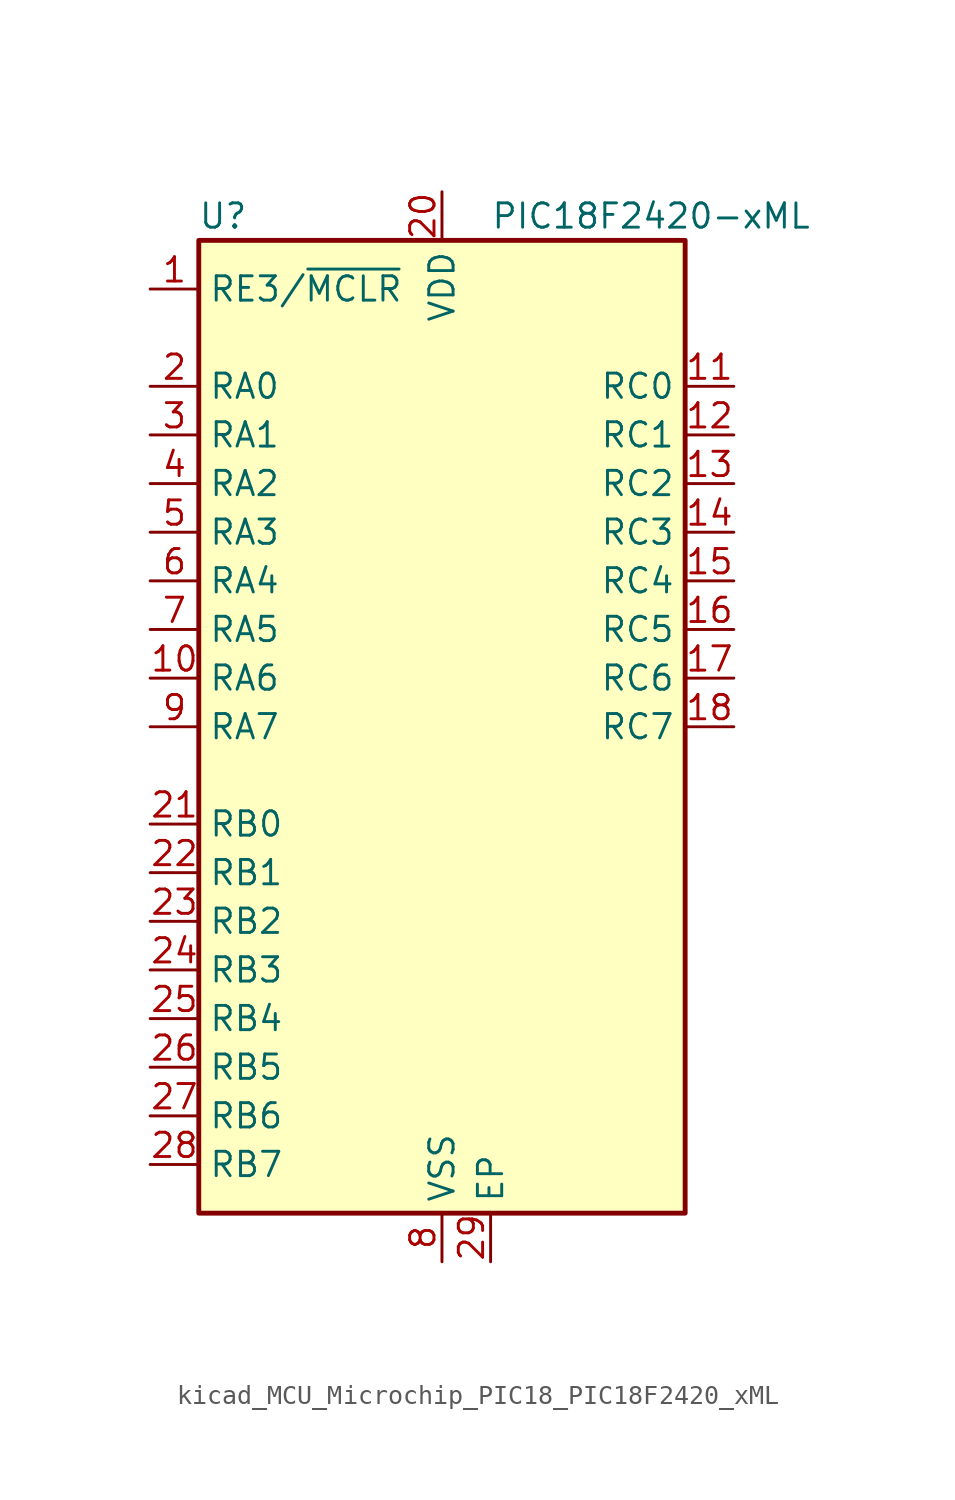
<source format=kicad_sym>
(kicad_symbol_lib
  (version 20220914)
  (generator kicad_symbol_editor)
  (symbol "kicad_MCU_Microchip_PIC18_PIC18F2420_xML"
    (property "Reference" "U"
      (at -11.43 26.67 0)
      (effects (font (size 1.27 1.27))))
    (property "Value" "PIC18F2420-xML"
      (at 2.54 26.67 0)
      (effects (font (size 1.27 1.27)) (justify left)))
    (symbol "kicad_MCU_Microchip_PIC18_PIC18F2420_xML_0_1"
      (rectangle (start -12.7 25.4) (end 12.7 -25.4) (stroke (width 0.254) (type default)) (fill (type background))))
    (symbol "kicad_MCU_Microchip_PIC18_PIC18F2420_xML_1_1"
      (pin input line (at -15.24 22.86 0) (length 2.54) (name "RE3/~{MCLR}" (effects (font (size 1.27 1.27)))) (number "1" (effects (font (size 1.27 1.27)))))
      (pin bidirectional line (at -15.24 2.54 0) (length 2.54) (name "RA6" (effects (font (size 1.27 1.27)))) (number "10" (effects (font (size 1.27 1.27)))))
      (pin bidirectional line (at 15.24 17.78 180) (length 2.54) (name "RC0" (effects (font (size 1.27 1.27)))) (number "11" (effects (font (size 1.27 1.27)))))
      (pin bidirectional line (at 15.24 15.24 180) (length 2.54) (name "RC1" (effects (font (size 1.27 1.27)))) (number "12" (effects (font (size 1.27 1.27)))))
      (pin bidirectional line (at 15.24 12.7 180) (length 2.54) (name "RC2" (effects (font (size 1.27 1.27)))) (number "13" (effects (font (size 1.27 1.27)))))
      (pin bidirectional line (at 15.24 10.16 180) (length 2.54) (name "RC3" (effects (font (size 1.27 1.27)))) (number "14" (effects (font (size 1.27 1.27)))))
      (pin bidirectional line (at 15.24 7.62 180) (length 2.54) (name "RC4" (effects (font (size 1.27 1.27)))) (number "15" (effects (font (size 1.27 1.27)))))
      (pin bidirectional line (at 15.24 5.08 180) (length 2.54) (name "RC5" (effects (font (size 1.27 1.27)))) (number "16" (effects (font (size 1.27 1.27)))))
      (pin bidirectional line (at 15.24 2.54 180) (length 2.54) (name "RC6" (effects (font (size 1.27 1.27)))) (number "17" (effects (font (size 1.27 1.27)))))
      (pin bidirectional line (at 15.24 0 180) (length 2.54) (name "RC7" (effects (font (size 1.27 1.27)))) (number "18" (effects (font (size 1.27 1.27)))))
      (pin passive line (at 0 -27.94 90) (length 2.54) hide (name "VSS" (effects (font (size 1.27 1.27)))) (number "19" (effects (font (size 1.27 1.27)))))
      (pin bidirectional line (at -15.24 17.78 0) (length 2.54) (name "RA0" (effects (font (size 1.27 1.27)))) (number "2" (effects (font (size 1.27 1.27)))))
      (pin power_in line (at 0 27.94 270) (length 2.54) (name "VDD" (effects (font (size 1.27 1.27)))) (number "20" (effects (font (size 1.27 1.27)))))
      (pin bidirectional line (at -15.24 -5.08 0) (length 2.54) (name "RB0" (effects (font (size 1.27 1.27)))) (number "21" (effects (font (size 1.27 1.27)))))
      (pin bidirectional line (at -15.24 -7.62 0) (length 2.54) (name "RB1" (effects (font (size 1.27 1.27)))) (number "22" (effects (font (size 1.27 1.27)))))
      (pin bidirectional line (at -15.24 -10.16 0) (length 2.54) (name "RB2" (effects (font (size 1.27 1.27)))) (number "23" (effects (font (size 1.27 1.27)))))
      (pin bidirectional line (at -15.24 -12.7 0) (length 2.54) (name "RB3" (effects (font (size 1.27 1.27)))) (number "24" (effects (font (size 1.27 1.27)))))
      (pin bidirectional line (at -15.24 -15.24 0) (length 2.54) (name "RB4" (effects (font (size 1.27 1.27)))) (number "25" (effects (font (size 1.27 1.27)))))
      (pin bidirectional line (at -15.24 -17.78 0) (length 2.54) (name "RB5" (effects (font (size 1.27 1.27)))) (number "26" (effects (font (size 1.27 1.27)))))
      (pin bidirectional line (at -15.24 -20.32 0) (length 2.54) (name "RB6" (effects (font (size 1.27 1.27)))) (number "27" (effects (font (size 1.27 1.27)))))
      (pin bidirectional line (at -15.24 -22.86 0) (length 2.54) (name "RB7" (effects (font (size 1.27 1.27)))) (number "28" (effects (font (size 1.27 1.27)))))
      (pin passive line (at 2.54 -27.94 90) (length 2.54) (name "EP" (effects (font (size 1.27 1.27)))) (number "29" (effects (font (size 1.27 1.27)))))
      (pin bidirectional line (at -15.24 15.24 0) (length 2.54) (name "RA1" (effects (font (size 1.27 1.27)))) (number "3" (effects (font (size 1.27 1.27)))))
      (pin bidirectional line (at -15.24 12.7 0) (length 2.54) (name "RA2" (effects (font (size 1.27 1.27)))) (number "4" (effects (font (size 1.27 1.27)))))
      (pin bidirectional line (at -15.24 10.16 0) (length 2.54) (name "RA3" (effects (font (size 1.27 1.27)))) (number "5" (effects (font (size 1.27 1.27)))))
      (pin bidirectional line (at -15.24 7.62 0) (length 2.54) (name "RA4" (effects (font (size 1.27 1.27)))) (number "6" (effects (font (size 1.27 1.27)))))
      (pin bidirectional line (at -15.24 5.08 0) (length 2.54) (name "RA5" (effects (font (size 1.27 1.27)))) (number "7" (effects (font (size 1.27 1.27)))))
      (pin power_in line (at 0 -27.94 90) (length 2.54) (name "VSS" (effects (font (size 1.27 1.27)))) (number "8" (effects (font (size 1.27 1.27)))))
      (pin bidirectional line (at -15.24 0 0) (length 2.54) (name "RA7" (effects (font (size 1.27 1.27)))) (number "9" (effects (font (size 1.27 1.27))))))))
</source>
